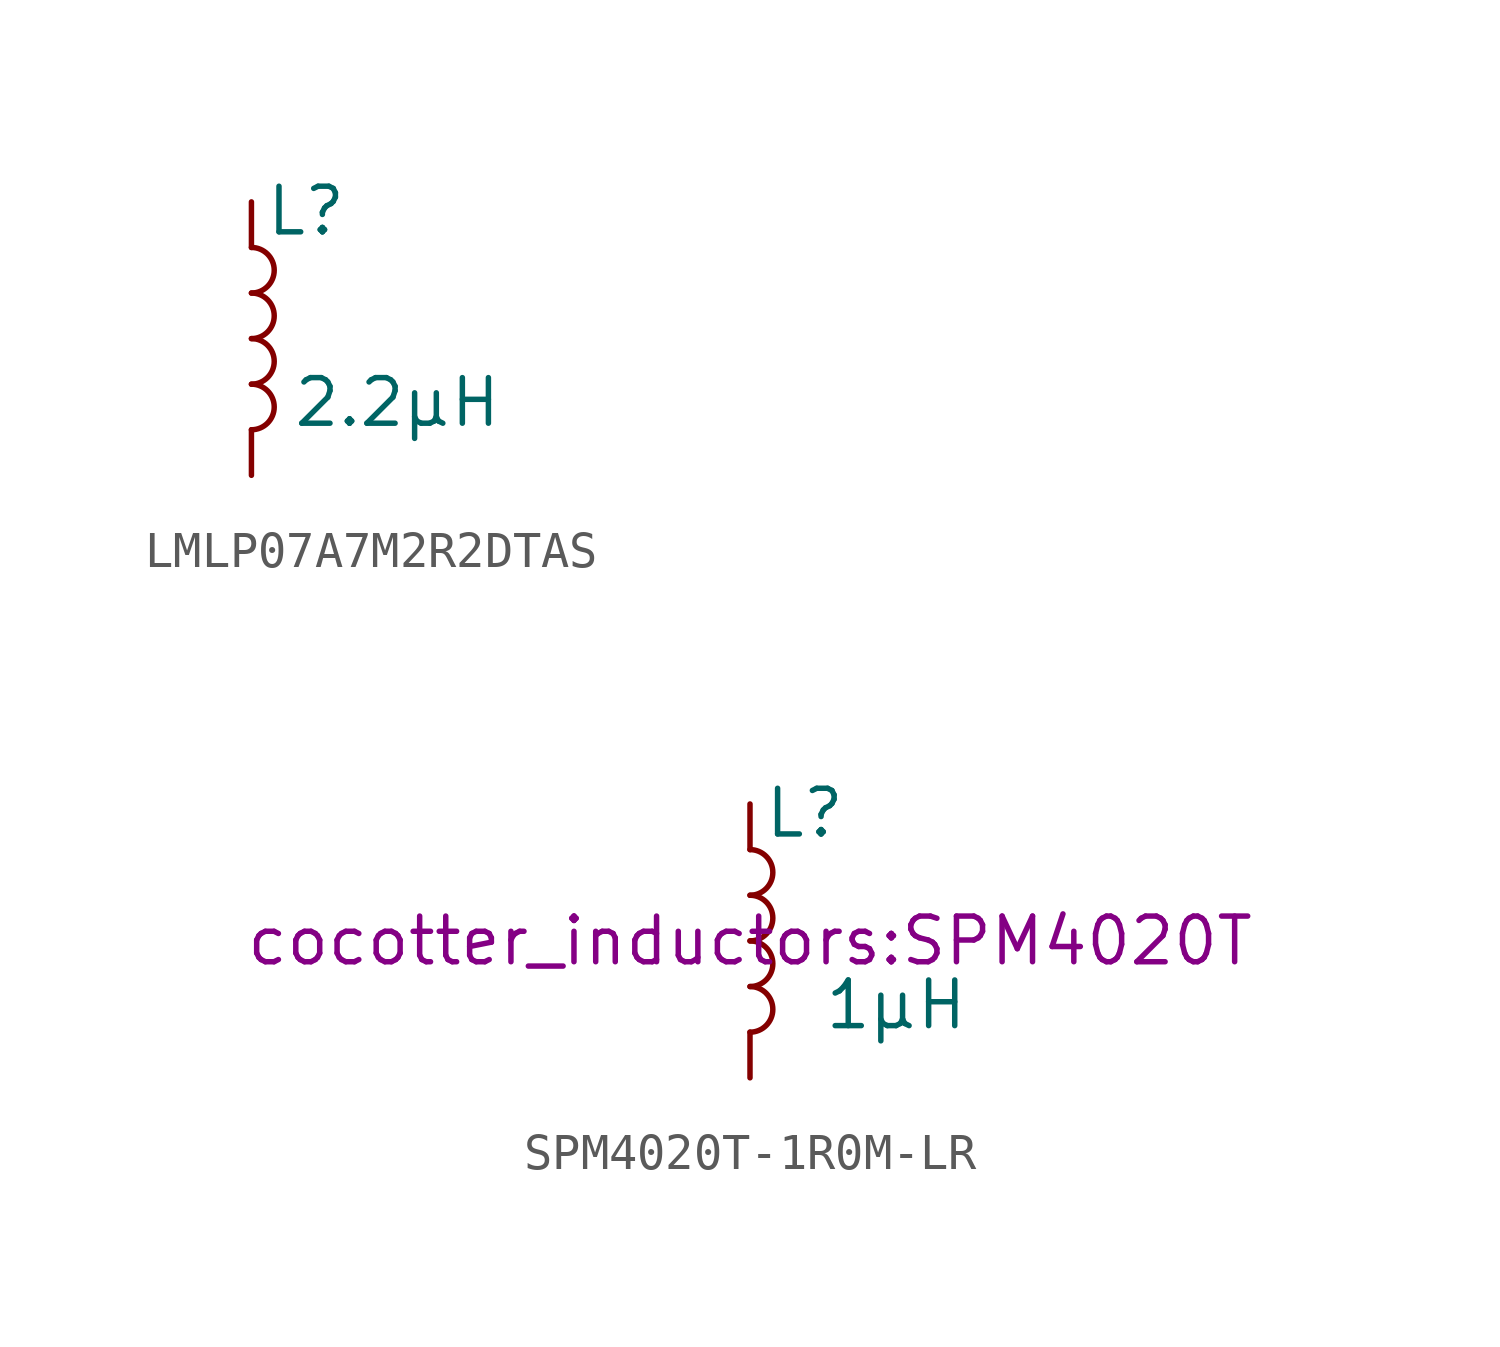
<source format=kicad_sym>
(kicad_symbol_lib
  (version 20231120)
  (generator "kicad_symbol_editor")
  (generator_version "8.0")
  (symbol "LMLP07A7M2R2DTAS"
    (pin_numbers hide)
    (pin_names
      (offset 0) hide)
    (property "Reference" "L"
      (at 1.524 3.556 0)
      (effects (font (size 1.27 1.27))))
    (property "Value" "2.2µH"
      (at 4.064 -1.778 0)
      (effects (font (size 1.27 1.27))))
    (symbol "LMLP07A7M2R2DTAS_0_1"
      (arc (start 0 -2.54) (mid 0.6323 -1.905) (end 0 -1.27) (stroke (width 0) (type default)) (fill (type none)))
      (arc (start 0 -1.27) (mid 0.6323 -0.635) (end 0 0) (stroke (width 0) (type default)) (fill (type none)))
      (arc (start 0 0) (mid 0.6323 0.635) (end 0 1.27) (stroke (width 0) (type default)) (fill (type none)))
      (arc (start 0 1.27) (mid 0.6323 1.905) (end 0 2.54) (stroke (width 0) (type default)) (fill (type none))))
    (symbol "LMLP07A7M2R2DTAS_1_1"
      (pin passive line (at 0 3.81 270) (length 1.27) (name "1" (effects (font (size 1.27 1.27)))) (number "1" (effects (font (size 1.27 1.27)))))
      (pin passive line (at 0 -3.81 90) (length 1.27) (name "2" (effects (font (size 1.27 1.27)))) (number "2" (effects (font (size 1.27 1.27)))))))
  (symbol "SPM4020T-1R0M-LR"
    (pin_numbers hide)
    (pin_names
      (offset 0) hide)
    (property "Reference" "L"
      (at 1.524 3.556 0)
      (effects (font (size 1.27 1.27))))
    (property "Value" "1µH"
      (at 4.064 -1.778 0)
      (effects (font (size 1.27 1.27))))
    (property "Footprint" "cocotter_inductors:SPM4020T"
      (at 0 0 0)
      (effects (font (size 1.27 1.27))))
    (symbol "SPM4020T-1R0M-LR_0_1"
      (arc (start 0 -2.54) (mid 0.6323 -1.905) (end 0 -1.27) (stroke (width 0) (type default)) (fill (type none)))
      (arc (start 0 -1.27) (mid 0.6323 -0.635) (end 0 0) (stroke (width 0) (type default)) (fill (type none)))
      (arc (start 0 0) (mid 0.6323 0.635) (end 0 1.27) (stroke (width 0) (type default)) (fill (type none)))
      (arc (start 0 1.27) (mid 0.6323 1.905) (end 0 2.54) (stroke (width 0) (type default)) (fill (type none))))
    (symbol "SPM4020T-1R0M-LR_1_1"
      (pin passive line (at 0 3.81 270) (length 1.27) (name "1" (effects (font (size 1.27 1.27)))) (number "1" (effects (font (size 1.27 1.27)))))
      (pin passive line (at 0 -3.81 90) (length 1.27) (name "2" (effects (font (size 1.27 1.27)))) (number "2" (effects (font (size 1.27 1.27))))))))
</source>
